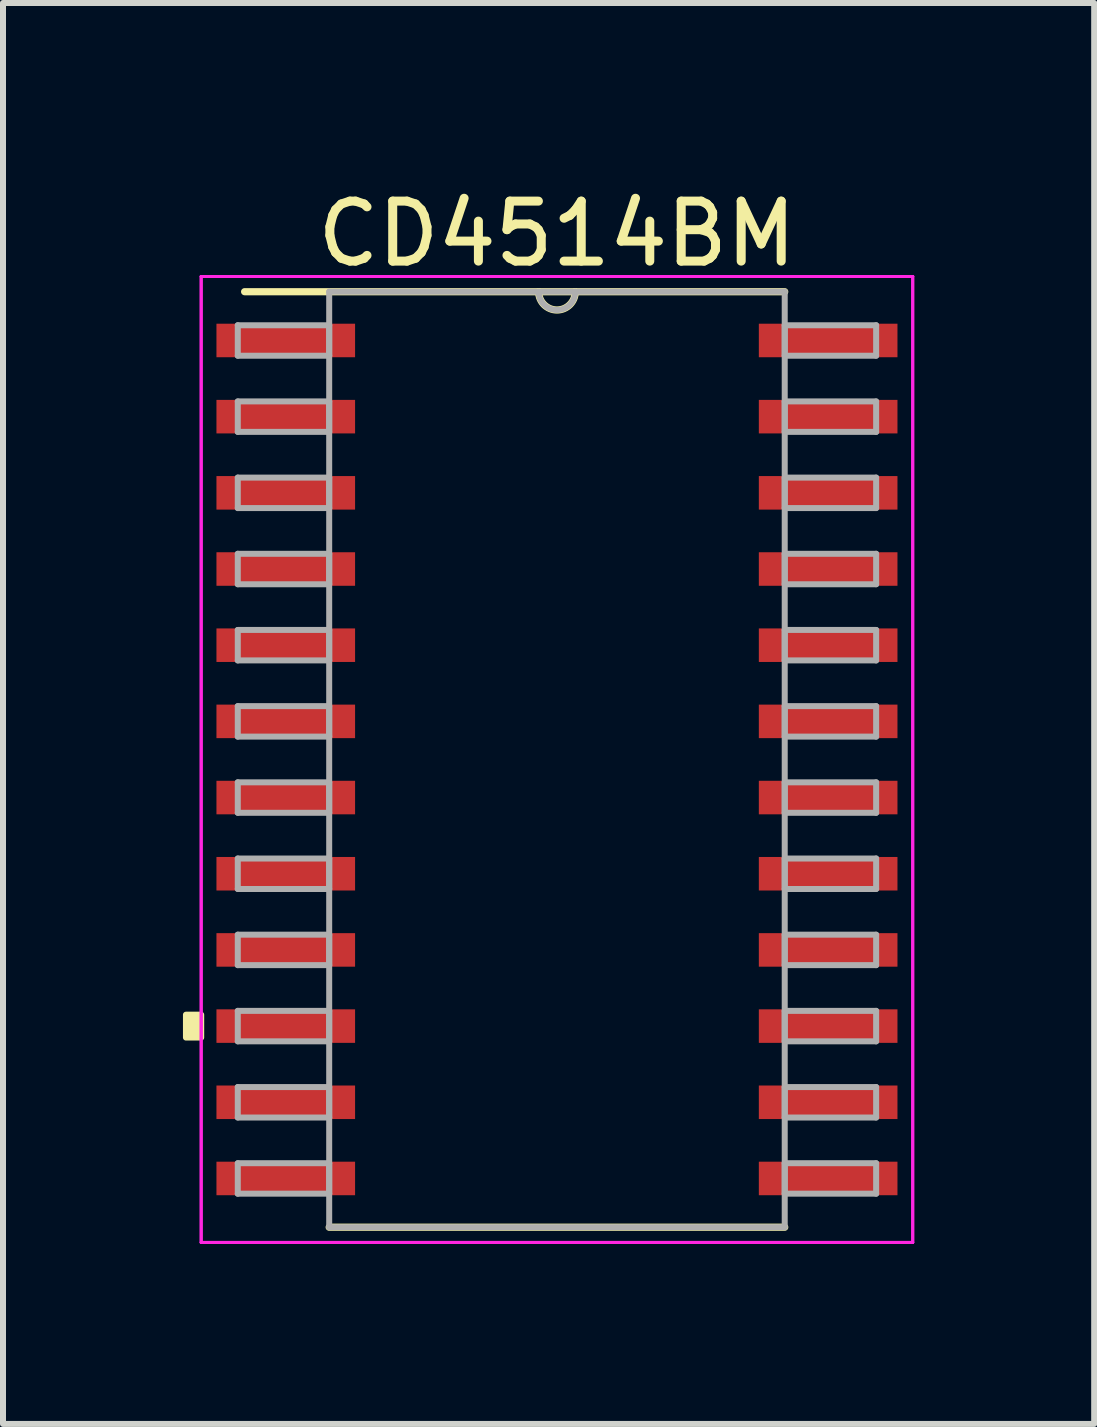
<source format=kicad_pcb>
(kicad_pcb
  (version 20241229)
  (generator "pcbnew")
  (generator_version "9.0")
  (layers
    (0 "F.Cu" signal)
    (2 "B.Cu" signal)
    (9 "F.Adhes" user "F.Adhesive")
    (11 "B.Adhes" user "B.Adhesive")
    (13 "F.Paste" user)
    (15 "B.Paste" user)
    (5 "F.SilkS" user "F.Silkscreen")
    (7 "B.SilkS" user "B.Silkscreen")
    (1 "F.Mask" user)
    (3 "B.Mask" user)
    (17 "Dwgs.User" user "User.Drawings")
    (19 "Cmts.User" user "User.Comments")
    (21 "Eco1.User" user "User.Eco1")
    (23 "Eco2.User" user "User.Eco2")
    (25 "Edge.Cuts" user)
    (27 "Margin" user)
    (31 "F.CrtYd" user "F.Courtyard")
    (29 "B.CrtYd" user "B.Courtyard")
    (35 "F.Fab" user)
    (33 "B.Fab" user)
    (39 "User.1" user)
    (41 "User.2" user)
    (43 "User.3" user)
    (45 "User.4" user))
  (footprint "CD4514BM"
    (layer "F.Cu")
    (at 6.235 9.611)
    (property "Reference" "CD4514BM" (at 0 -8.763 0) (layer "F.SilkS") (effects (font (size 1 1) (thickness 0.15))))
    (attr through_hole)
    (fp_line (start -3.797 7.798) (end 3.797 7.798) (stroke (width 0.12) (type solid)) (layer "F.SilkS"))
    (fp_line (start 3.797 -7.798) (end -5.207 -7.798) (stroke (width 0.12) (type solid)) (layer "F.SilkS"))
    (fp_arc (start 0.3048 -7.7978) (mid 0 -7.493) (end -0.3048 -7.7978) (stroke (width 0.12) (type solid)) (layer "F.SilkS"))
    (fp_poly (pts (xy -6.185 4.255) (xy -6.185 4.636) (xy -5.931 4.636) (xy -5.931 4.255)) (stroke (width 0.1) (type solid)) (fill yes) (layer "F.SilkS"))
    (fp_line (start -5.931 -8.052) (end 5.931 -8.052) (stroke (width 0.05) (type solid)) (layer "F.CrtYd"))
    (fp_line (start -5.931 -8.052) (end 5.931 -8.052) (stroke (width 0.05) (type solid)) (layer "F.CrtYd"))
    (fp_line (start -5.931 8.052) (end -5.931 -8.052) (stroke (width 0.05) (type solid)) (layer "F.CrtYd"))
    (fp_line (start -5.931 8.052) (end -5.931 -8.052) (stroke (width 0.05) (type solid)) (layer "F.CrtYd"))
    (fp_line (start 5.931 -8.052) (end 5.931 8.052) (stroke (width 0.05) (type solid)) (layer "F.CrtYd"))
    (fp_line (start 5.931 -8.052) (end 5.931 8.052) (stroke (width 0.05) (type solid)) (layer "F.CrtYd"))
    (fp_line (start 5.931 8.052) (end -5.931 8.052) (stroke (width 0.05) (type solid)) (layer "F.CrtYd"))
    (fp_line (start 5.931 8.052) (end -5.931 8.052) (stroke (width 0.05) (type solid)) (layer "F.CrtYd"))
    (fp_line (start -5.321 -7.239) (end -5.321 -6.731) (stroke (width 0.1) (type solid)) (layer "F.Fab"))
    (fp_line (start -5.321 -6.731) (end -3.797 -6.731) (stroke (width 0.1) (type solid)) (layer "F.Fab"))
    (fp_line (start -5.321 -5.969) (end -5.321 -5.461) (stroke (width 0.1) (type solid)) (layer "F.Fab"))
    (fp_line (start -5.321 -5.461) (end -3.797 -5.461) (stroke (width 0.1) (type solid)) (layer "F.Fab"))
    (fp_line (start -5.321 -4.699) (end -5.321 -4.191) (stroke (width 0.1) (type solid)) (layer "F.Fab"))
    (fp_line (start -5.321 -4.191) (end -3.797 -4.191) (stroke (width 0.1) (type solid)) (layer "F.Fab"))
    (fp_line (start -5.321 -3.429) (end -5.321 -2.921) (stroke (width 0.1) (type solid)) (layer "F.Fab"))
    (fp_line (start -5.321 -2.921) (end -3.797 -2.921) (stroke (width 0.1) (type solid)) (layer "F.Fab"))
    (fp_line (start -5.321 -2.159) (end -5.321 -1.651) (stroke (width 0.1) (type solid)) (layer "F.Fab"))
    (fp_line (start -5.321 -1.651) (end -3.797 -1.651) (stroke (width 0.1) (type solid)) (layer "F.Fab"))
    (fp_line (start -5.321 -0.889) (end -5.321 -0.381) (stroke (width 0.1) (type solid)) (layer "F.Fab"))
    (fp_line (start -5.321 -0.381) (end -3.797 -0.381) (stroke (width 0.1) (type solid)) (layer "F.Fab"))
    (fp_line (start -5.321 0.381) (end -5.321 0.889) (stroke (width 0.1) (type solid)) (layer "F.Fab"))
    (fp_line (start -5.321 0.889) (end -3.797 0.889) (stroke (width 0.1) (type solid)) (layer "F.Fab"))
    (fp_line (start -5.321 1.651) (end -5.321 2.159) (stroke (width 0.1) (type solid)) (layer "F.Fab"))
    (fp_line (start -5.321 2.159) (end -3.797 2.159) (stroke (width 0.1) (type solid)) (layer "F.Fab"))
    (fp_line (start -5.321 2.921) (end -5.321 3.429) (stroke (width 0.1) (type solid)) (layer "F.Fab"))
    (fp_line (start -5.321 3.429) (end -3.797 3.429) (stroke (width 0.1) (type solid)) (layer "F.Fab"))
    (fp_line (start -5.321 4.191) (end -5.321 4.699) (stroke (width 0.1) (type solid)) (layer "F.Fab"))
    (fp_line (start -5.321 4.699) (end -3.797 4.699) (stroke (width 0.1) (type solid)) (layer "F.Fab"))
    (fp_line (start -5.321 5.461) (end -5.321 5.969) (stroke (width 0.1) (type solid)) (layer "F.Fab"))
    (fp_line (start -5.321 5.969) (end -3.797 5.969) (stroke (width 0.1) (type solid)) (layer "F.Fab"))
    (fp_line (start -5.321 6.731) (end -5.321 7.239) (stroke (width 0.1) (type solid)) (layer "F.Fab"))
    (fp_line (start -5.321 7.239) (end -3.797 7.239) (stroke (width 0.1) (type solid)) (layer "F.Fab"))
    (fp_line (start -3.797 -7.798) (end -3.797 7.798) (stroke (width 0.1) (type solid)) (layer "F.Fab"))
    (fp_line (start -3.797 -7.239) (end -5.321 -7.239) (stroke (width 0.1) (type solid)) (layer "F.Fab"))
    (fp_line (start -3.797 -6.731) (end -3.797 -7.239) (stroke (width 0.1) (type solid)) (layer "F.Fab"))
    (fp_line (start -3.797 -5.969) (end -5.321 -5.969) (stroke (width 0.1) (type solid)) (layer "F.Fab"))
    (fp_line (start -3.797 -5.461) (end -3.797 -5.969) (stroke (width 0.1) (type solid)) (layer "F.Fab"))
    (fp_line (start -3.797 -4.699) (end -5.321 -4.699) (stroke (width 0.1) (type solid)) (layer "F.Fab"))
    (fp_line (start -3.797 -4.191) (end -3.797 -4.699) (stroke (width 0.1) (type solid)) (layer "F.Fab"))
    (fp_line (start -3.797 -3.429) (end -5.321 -3.429) (stroke (width 0.1) (type solid)) (layer "F.Fab"))
    (fp_line (start -3.797 -2.921) (end -3.797 -3.429) (stroke (width 0.1) (type solid)) (layer "F.Fab"))
    (fp_line (start -3.797 -2.159) (end -5.321 -2.159) (stroke (width 0.1) (type solid)) (layer "F.Fab"))
    (fp_line (start -3.797 -1.651) (end -3.797 -2.159) (stroke (width 0.1) (type solid)) (layer "F.Fab"))
    (fp_line (start -3.797 -0.889) (end -5.321 -0.889) (stroke (width 0.1) (type solid)) (layer "F.Fab"))
    (fp_line (start -3.797 -0.381) (end -3.797 -0.889) (stroke (width 0.1) (type solid)) (layer "F.Fab"))
    (fp_line (start -3.797 0.381) (end -5.321 0.381) (stroke (width 0.1) (type solid)) (layer "F.Fab"))
    (fp_line (start -3.797 0.889) (end -3.797 0.381) (stroke (width 0.1) (type solid)) (layer "F.Fab"))
    (fp_line (start -3.797 1.651) (end -5.321 1.651) (stroke (width 0.1) (type solid)) (layer "F.Fab"))
    (fp_line (start -3.797 2.159) (end -3.797 1.651) (stroke (width 0.1) (type solid)) (layer "F.Fab"))
    (fp_line (start -3.797 2.921) (end -5.321 2.921) (stroke (width 0.1) (type solid)) (layer "F.Fab"))
    (fp_line (start -3.797 3.429) (end -3.797 2.921) (stroke (width 0.1) (type solid)) (layer "F.Fab"))
    (fp_line (start -3.797 4.191) (end -5.321 4.191) (stroke (width 0.1) (type solid)) (layer "F.Fab"))
    (fp_line (start -3.797 4.699) (end -3.797 4.191) (stroke (width 0.1) (type solid)) (layer "F.Fab"))
    (fp_line (start -3.797 5.461) (end -5.321 5.461) (stroke (width 0.1) (type solid)) (layer "F.Fab"))
    (fp_line (start -3.797 5.969) (end -3.797 5.461) (stroke (width 0.1) (type solid)) (layer "F.Fab"))
    (fp_line (start -3.797 6.731) (end -5.321 6.731) (stroke (width 0.1) (type solid)) (layer "F.Fab"))
    (fp_line (start -3.797 7.239) (end -3.797 6.731) (stroke (width 0.1) (type solid)) (layer "F.Fab"))
    (fp_line (start -3.797 7.798) (end 3.797 7.798) (stroke (width 0.1) (type solid)) (layer "F.Fab"))
    (fp_line (start 3.797 -7.798) (end -3.797 -7.798) (stroke (width 0.1) (type solid)) (layer "F.Fab"))
    (fp_line (start 3.797 -7.239) (end 3.797 -6.731) (stroke (width 0.1) (type solid)) (layer "F.Fab"))
    (fp_line (start 3.797 -6.731) (end 5.321 -6.731) (stroke (width 0.1) (type solid)) (layer "F.Fab"))
    (fp_line (start 3.797 -5.969) (end 3.797 -5.461) (stroke (width 0.1) (type solid)) (layer "F.Fab"))
    (fp_line (start 3.797 -5.461) (end 5.321 -5.461) (stroke (width 0.1) (type solid)) (layer "F.Fab"))
    (fp_line (start 3.797 -4.699) (end 3.797 -4.191) (stroke (width 0.1) (type solid)) (layer "F.Fab"))
    (fp_line (start 3.797 -4.191) (end 5.321 -4.191) (stroke (width 0.1) (type solid)) (layer "F.Fab"))
    (fp_line (start 3.797 -3.429) (end 3.797 -2.921) (stroke (width 0.1) (type solid)) (layer "F.Fab"))
    (fp_line (start 3.797 -2.921) (end 5.321 -2.921) (stroke (width 0.1) (type solid)) (layer "F.Fab"))
    (fp_line (start 3.797 -2.159) (end 3.797 -1.651) (stroke (width 0.1) (type solid)) (layer "F.Fab"))
    (fp_line (start 3.797 -1.651) (end 5.321 -1.651) (stroke (width 0.1) (type solid)) (layer "F.Fab"))
    (fp_line (start 3.797 -0.889) (end 3.797 -0.381) (stroke (width 0.1) (type solid)) (layer "F.Fab"))
    (fp_line (start 3.797 -0.381) (end 5.321 -0.381) (stroke (width 0.1) (type solid)) (layer "F.Fab"))
    (fp_line (start 3.797 0.381) (end 3.797 0.889) (stroke (width 0.1) (type solid)) (layer "F.Fab"))
    (fp_line (start 3.797 0.889) (end 5.321 0.889) (stroke (width 0.1) (type solid)) (layer "F.Fab"))
    (fp_line (start 3.797 1.651) (end 3.797 2.159) (stroke (width 0.1) (type solid)) (layer "F.Fab"))
    (fp_line (start 3.797 2.159) (end 5.321 2.159) (stroke (width 0.1) (type solid)) (layer "F.Fab"))
    (fp_line (start 3.797 2.921) (end 3.797 3.429) (stroke (width 0.1) (type solid)) (layer "F.Fab"))
    (fp_line (start 3.797 3.429) (end 5.321 3.429) (stroke (width 0.1) (type solid)) (layer "F.Fab"))
    (fp_line (start 3.797 4.191) (end 3.797 4.699) (stroke (width 0.1) (type solid)) (layer "F.Fab"))
    (fp_line (start 3.797 4.699) (end 5.321 4.699) (stroke (width 0.1) (type solid)) (layer "F.Fab"))
    (fp_line (start 3.797 5.461) (end 3.797 5.969) (stroke (width 0.1) (type solid)) (layer "F.Fab"))
    (fp_line (start 3.797 5.969) (end 5.321 5.969) (stroke (width 0.1) (type solid)) (layer "F.Fab"))
    (fp_line (start 3.797 6.731) (end 3.797 7.239) (stroke (width 0.1) (type solid)) (layer "F.Fab"))
    (fp_line (start 3.797 7.239) (end 5.321 7.239) (stroke (width 0.1) (type solid)) (layer "F.Fab"))
    (fp_line (start 3.797 7.798) (end 3.797 -7.798) (stroke (width 0.1) (type solid)) (layer "F.Fab"))
    (fp_line (start 5.321 -7.239) (end 3.797 -7.239) (stroke (width 0.1) (type solid)) (layer "F.Fab"))
    (fp_line (start 5.321 -6.731) (end 5.321 -7.239) (stroke (width 0.1) (type solid)) (layer "F.Fab"))
    (fp_line (start 5.321 -5.969) (end 3.797 -5.969) (stroke (width 0.1) (type solid)) (layer "F.Fab"))
    (fp_line (start 5.321 -5.461) (end 5.321 -5.969) (stroke (width 0.1) (type solid)) (layer "F.Fab"))
    (fp_line (start 5.321 -4.699) (end 3.797 -4.699) (stroke (width 0.1) (type solid)) (layer "F.Fab"))
    (fp_line (start 5.321 -4.191) (end 5.321 -4.699) (stroke (width 0.1) (type solid)) (layer "F.Fab"))
    (fp_line (start 5.321 -3.429) (end 3.797 -3.429) (stroke (width 0.1) (type solid)) (layer "F.Fab"))
    (fp_line (start 5.321 -2.921) (end 5.321 -3.429) (stroke (width 0.1) (type solid)) (layer "F.Fab"))
    (fp_line (start 5.321 -2.159) (end 3.797 -2.159) (stroke (width 0.1) (type solid)) (layer "F.Fab"))
    (fp_line (start 5.321 -1.651) (end 5.321 -2.159) (stroke (width 0.1) (type solid)) (layer "F.Fab"))
    (fp_line (start 5.321 -0.889) (end 3.797 -0.889) (stroke (width 0.1) (type solid)) (layer "F.Fab"))
    (fp_line (start 5.321 -0.381) (end 5.321 -0.889) (stroke (width 0.1) (type solid)) (layer "F.Fab"))
    (fp_line (start 5.321 0.381) (end 3.797 0.381) (stroke (width 0.1) (type solid)) (layer "F.Fab"))
    (fp_line (start 5.321 0.889) (end 5.321 0.381) (stroke (width 0.1) (type solid)) (layer "F.Fab"))
    (fp_line (start 5.321 1.651) (end 3.797 1.651) (stroke (width 0.1) (type solid)) (layer "F.Fab"))
    (fp_line (start 5.321 2.159) (end 5.321 1.651) (stroke (width 0.1) (type solid)) (layer "F.Fab"))
    (fp_line (start 5.321 2.921) (end 3.797 2.921) (stroke (width 0.1) (type solid)) (layer "F.Fab"))
    (fp_line (start 5.321 3.429) (end 5.321 2.921) (stroke (width 0.1) (type solid)) (layer "F.Fab"))
    (fp_line (start 5.321 4.191) (end 3.797 4.191) (stroke (width 0.1) (type solid)) (layer "F.Fab"))
    (fp_line (start 5.321 4.699) (end 5.321 4.191) (stroke (width 0.1) (type solid)) (layer "F.Fab"))
    (fp_line (start 5.321 5.461) (end 3.797 5.461) (stroke (width 0.1) (type solid)) (layer "F.Fab"))
    (fp_line (start 5.321 5.969) (end 5.321 5.461) (stroke (width 0.1) (type solid)) (layer "F.Fab"))
    (fp_line (start 5.321 6.731) (end 3.797 6.731) (stroke (width 0.1) (type solid)) (layer "F.Fab"))
    (fp_line (start 5.321 7.239) (end 5.321 6.731) (stroke (width 0.1) (type solid)) (layer "F.Fab"))
    (fp_arc (start 0.3048 -7.7978) (mid 0 -7.493) (end -0.3048 -7.7978) (stroke (width 0.1) (type solid)) (layer "F.Fab"))
    (pad "1" smd rect (at -4.521 -6.985) (size 2.311 0.559) (layers "F.Cu" "F.Mask" "F.Paste"))
    (pad "2" smd rect (at -4.521 -5.715) (size 2.311 0.559) (layers "F.Cu" "F.Mask" "F.Paste"))
    (pad "3" smd rect (at -4.521 -4.445) (size 2.311 0.559) (layers "F.Cu" "F.Mask" "F.Paste"))
    (pad "4" smd rect (at -4.521 -3.175) (size 2.311 0.559) (layers "F.Cu" "F.Mask" "F.Paste"))
    (pad "5" smd rect (at -4.521 -1.905) (size 2.311 0.559) (layers "F.Cu" "F.Mask" "F.Paste"))
    (pad "6" smd rect (at -4.521 -0.635) (size 2.311 0.559) (layers "F.Cu" "F.Mask" "F.Paste"))
    (pad "7" smd rect (at -4.521 0.635) (size 2.311 0.559) (layers "F.Cu" "F.Mask" "F.Paste"))
    (pad "8" smd rect (at -4.521 1.905) (size 2.311 0.559) (layers "F.Cu" "F.Mask" "F.Paste"))
    (pad "9" smd rect (at -4.521 3.175) (size 2.311 0.559) (layers "F.Cu" "F.Mask" "F.Paste"))
    (pad "10" smd rect (at -4.521 4.445) (size 2.311 0.559) (layers "F.Cu" "F.Mask" "F.Paste"))
    (pad "11" smd rect (at -4.521 5.715) (size 2.311 0.559) (layers "F.Cu" "F.Mask" "F.Paste"))
    (pad "12" smd rect (at -4.521 6.985) (size 2.311 0.559) (layers "F.Cu" "F.Mask" "F.Paste"))
    (pad "13" smd rect (at 4.521 6.985) (size 2.311 0.559) (layers "F.Cu" "F.Mask" "F.Paste"))
    (pad "14" smd rect (at 4.521 5.715) (size 2.311 0.559) (layers "F.Cu" "F.Mask" "F.Paste"))
    (pad "15" smd rect (at 4.521 4.445) (size 2.311 0.559) (layers "F.Cu" "F.Mask" "F.Paste"))
    (pad "16" smd rect (at 4.521 3.175) (size 2.311 0.559) (layers "F.Cu" "F.Mask" "F.Paste"))
    (pad "17" smd rect (at 4.521 1.905) (size 2.311 0.559) (layers "F.Cu" "F.Mask" "F.Paste"))
    (pad "18" smd rect (at 4.521 0.635) (size 2.311 0.559) (layers "F.Cu" "F.Mask" "F.Paste"))
    (pad "19" smd rect (at 4.521 -0.635) (size 2.311 0.559) (layers "F.Cu" "F.Mask" "F.Paste"))
    (pad "20" smd rect (at 4.521 -1.905) (size 2.311 0.559) (layers "F.Cu" "F.Mask" "F.Paste"))
    (pad "21" smd rect (at 4.521 -3.175) (size 2.311 0.559) (layers "F.Cu" "F.Mask" "F.Paste"))
    (pad "22" smd rect (at 4.521 -4.445) (size 2.311 0.559) (layers "F.Cu" "F.Mask" "F.Paste"))
    (pad "23" smd rect (at 4.521 -5.715) (size 2.311 0.559) (layers "F.Cu" "F.Mask" "F.Paste"))
    (pad "24" smd rect (at 4.521 -6.985) (size 2.311 0.559) (layers "F.Cu" "F.Mask" "F.Paste")))
  (gr_rect
    (start -3 -3)
    (end 15.191 20.688)
    (stroke (width 0.1) (type default))
    (fill no)
    (layer "Edge.Cuts")))
</source>
